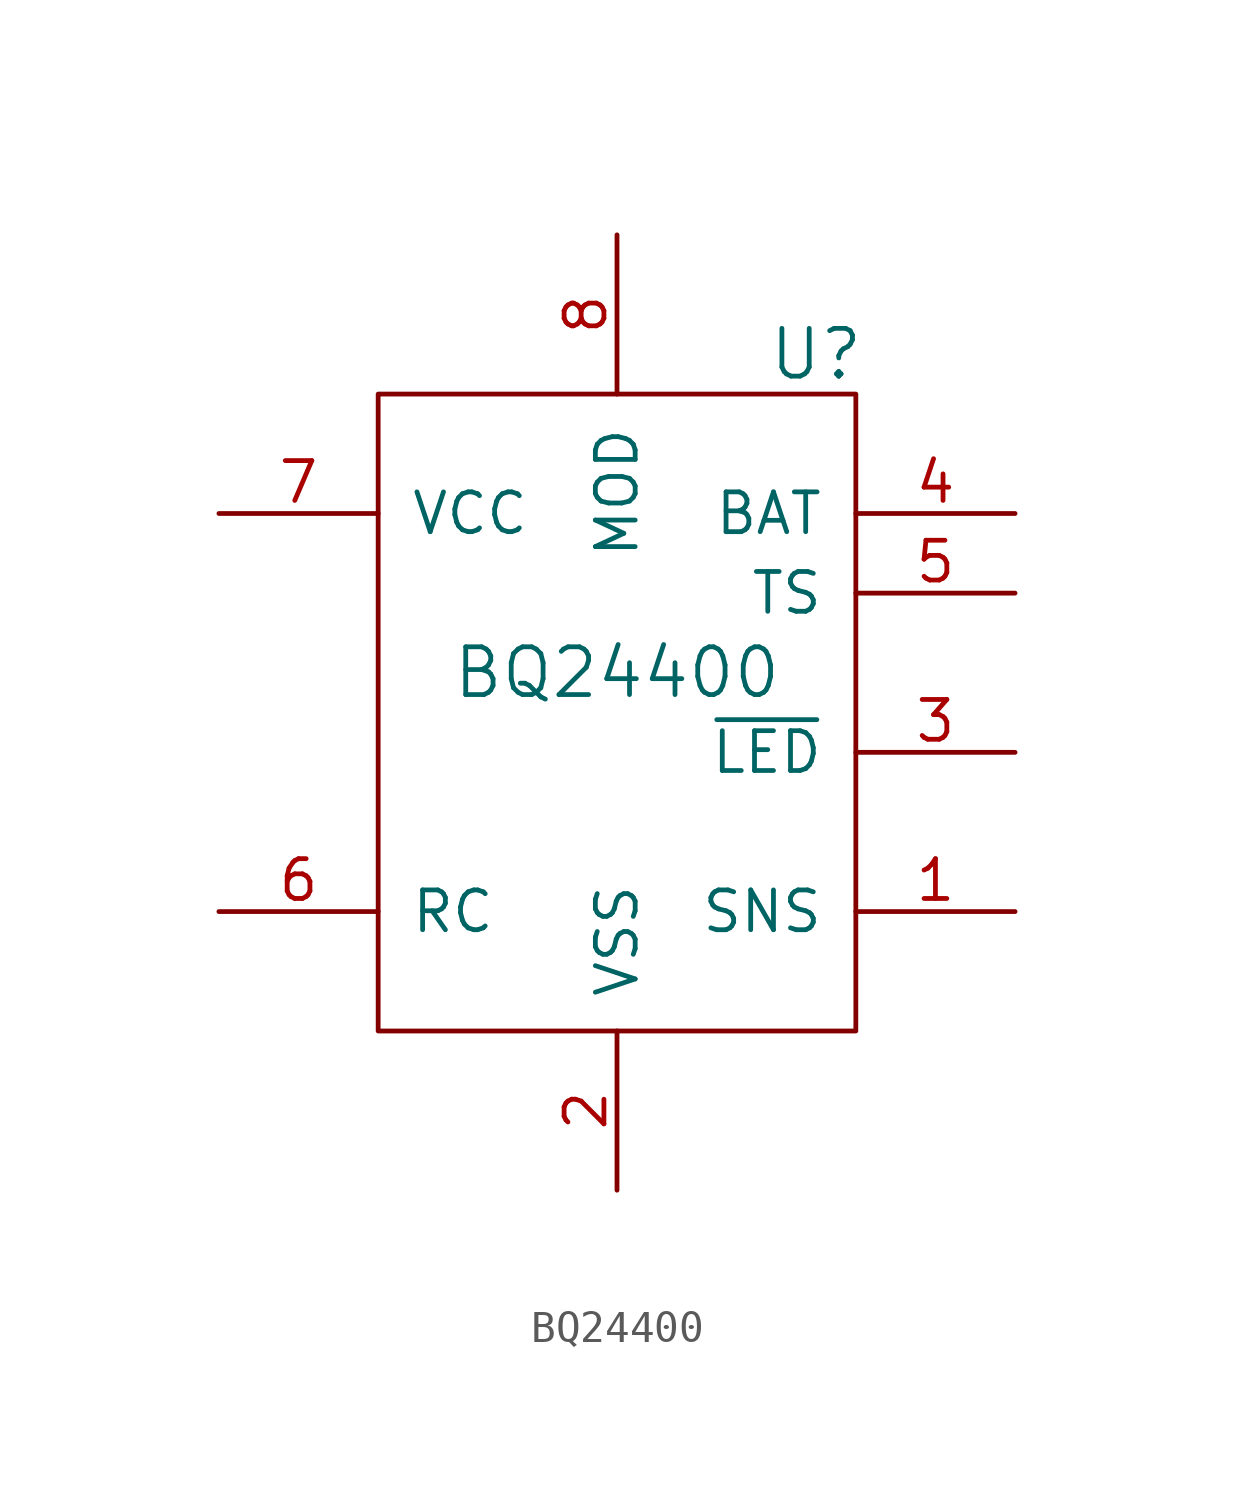
<source format=kicad_sym>
(kicad_symbol_lib
  (version 20220914)
  (generator kicad_symbol_editor)
  (symbol "BQ24400"
    (pin_names
      (offset 1.016))
    (property "Reference" "U"
      (at 6.35 11.43 0)
      (effects (font (size 1.524 1.524))))
    (property "Value" "BQ24400"
      (at 0 1.27 0)
      (effects (font (size 1.524 1.524))))
    (symbol "BQ24400_0_1"
      (rectangle (start -7.62 10.16) (end 7.62 -10.16) (stroke (width 0) (type solid)) (fill (type none))))
    (symbol "BQ24400_1_1"
      (pin input line (at 12.7 -6.35 180) (length 5.08) (name "SNS" (effects (font (size 1.27 1.27)))) (number "1" (effects (font (size 1.27 1.27)))))
      (pin input line (at 0 -15.24 90) (length 5.08) (name "VSS" (effects (font (size 1.27 1.27)))) (number "2" (effects (font (size 1.27 1.27)))))
      (pin input line (at 12.7 -1.27 180) (length 5.08) (name "~{LED}" (effects (font (size 1.27 1.27)))) (number "3" (effects (font (size 1.27 1.27)))))
      (pin input line (at 12.7 6.35 180) (length 5.08) (name "BAT" (effects (font (size 1.27 1.27)))) (number "4" (effects (font (size 1.27 1.27)))))
      (pin input line (at 12.7 3.81 180) (length 5.08) (name "TS" (effects (font (size 1.27 1.27)))) (number "5" (effects (font (size 1.27 1.27)))))
      (pin input line (at -12.7 -6.35 0) (length 5.08) (name "RC" (effects (font (size 1.27 1.27)))) (number "6" (effects (font (size 1.27 1.27)))))
      (pin input line (at -12.7 6.35 0) (length 5.08) (name "VCC" (effects (font (size 1.27 1.27)))) (number "7" (effects (font (size 1.27 1.27)))))
      (pin input line (at 0 15.24 270) (length 5.08) (name "MOD" (effects (font (size 1.27 1.27)))) (number "8" (effects (font (size 1.27 1.27))))))))
</source>
